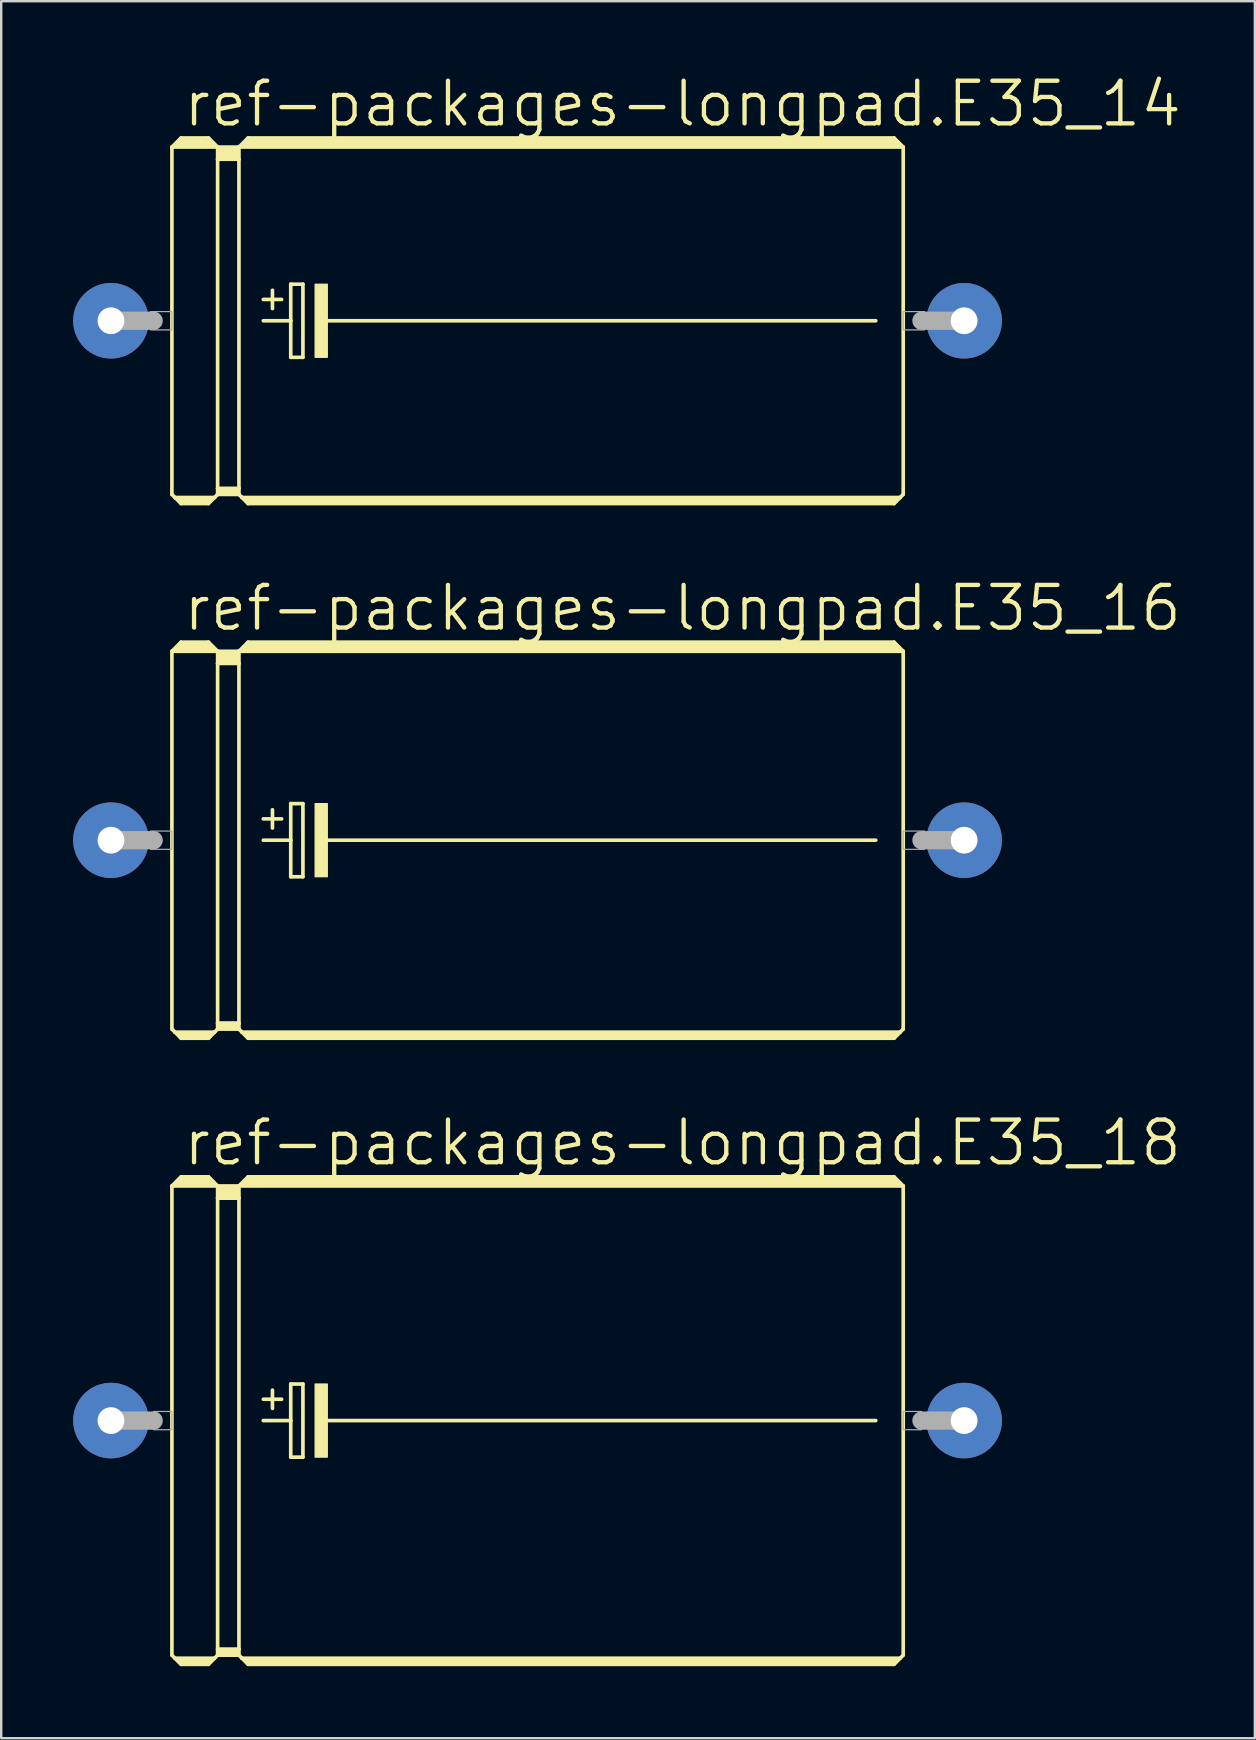
<source format=kicad_pcb>
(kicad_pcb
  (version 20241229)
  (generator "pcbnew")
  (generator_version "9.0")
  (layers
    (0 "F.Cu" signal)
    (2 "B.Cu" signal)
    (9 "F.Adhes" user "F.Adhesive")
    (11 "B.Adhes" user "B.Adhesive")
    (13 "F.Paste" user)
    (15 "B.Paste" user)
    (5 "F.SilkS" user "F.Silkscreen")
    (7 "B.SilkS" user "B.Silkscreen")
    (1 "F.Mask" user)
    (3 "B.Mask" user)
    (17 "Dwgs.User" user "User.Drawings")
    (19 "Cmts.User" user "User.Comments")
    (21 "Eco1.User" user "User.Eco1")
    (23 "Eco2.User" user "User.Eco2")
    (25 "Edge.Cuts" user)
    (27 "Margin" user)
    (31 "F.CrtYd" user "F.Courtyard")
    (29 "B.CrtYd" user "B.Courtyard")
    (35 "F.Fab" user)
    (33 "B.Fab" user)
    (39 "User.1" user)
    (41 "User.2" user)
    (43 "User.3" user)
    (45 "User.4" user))
  (footprint "ref-packages-longpad.E35_18"
    (layer "F.Cu")
    (at 19.355 56.159)
    (property "Reference" "ref-packages-longpad.E35_18" (at -14.859 -10.541 0) (layer "F.SilkS") (effects (font (size 1.778 1.778) (thickness 0.18)) (justify left bottom)))
    (attr through_hole)
    (fp_line (start -15.24 -9.779) (end -15.24 9.779) (stroke (width 0.152) (type default)) (layer "F.SilkS"))
    (fp_line (start -15.24 -9.779) (end -14.859 -10.16) (stroke (width 0.152) (type default)) (layer "F.SilkS"))
    (fp_line (start -15.24 -9.779) (end -13.335 -9.779) (stroke (width 0.152) (type default)) (layer "F.SilkS"))
    (fp_line (start -15.24 9.779) (end -15.113 9.906) (stroke (width 0.152) (type default)) (layer "F.SilkS"))
    (fp_line (start -15.113 9.906) (end -14.859 10.16) (stroke (width 0.152) (type default)) (layer "F.SilkS"))
    (fp_line (start -15.113 9.906) (end -13.462 9.906) (stroke (width 0.152) (type default)) (layer "F.SilkS"))
    (fp_line (start -14.986 -9.906) (end -13.589 -9.906) (stroke (width 0.305) (type default)) (layer "F.SilkS"))
    (fp_line (start -14.859 -10.16) (end -13.716 -10.16) (stroke (width 0.152) (type default)) (layer "F.SilkS"))
    (fp_line (start -14.859 -10.033) (end -13.716 -10.033) (stroke (width 0.305) (type default)) (layer "F.SilkS"))
    (fp_line (start -14.859 10.033) (end -13.716 10.033) (stroke (width 0.305) (type default)) (layer "F.SilkS"))
    (fp_line (start -14.859 10.16) (end -13.716 10.16) (stroke (width 0.152) (type default)) (layer "F.SilkS"))
    (fp_line (start -13.462 9.906) (end -13.716 10.16) (stroke (width 0.152) (type default)) (layer "F.SilkS"))
    (fp_line (start -13.335 -9.779) (end -13.716 -10.16) (stroke (width 0.152) (type default)) (layer "F.SilkS"))
    (fp_line (start -13.335 -9.779) (end -13.335 -9.271) (stroke (width 0.152) (type default)) (layer "F.SilkS"))
    (fp_line (start -13.335 -9.779) (end -12.446 -9.779) (stroke (width 0.152) (type default)) (layer "F.SilkS"))
    (fp_line (start -13.335 -9.271) (end -13.335 9.525) (stroke (width 0.152) (type default)) (layer "F.SilkS"))
    (fp_line (start -13.335 -9.271) (end -12.446 -9.271) (stroke (width 0.152) (type default)) (layer "F.SilkS"))
    (fp_line (start -13.335 9.525) (end -13.335 9.779) (stroke (width 0.152) (type default)) (layer "F.SilkS"))
    (fp_line (start -13.335 9.525) (end -12.446 9.525) (stroke (width 0.152) (type default)) (layer "F.SilkS"))
    (fp_line (start -13.335 9.779) (end -13.462 9.906) (stroke (width 0.152) (type default)) (layer "F.SilkS"))
    (fp_line (start -13.335 9.779) (end -12.446 9.779) (stroke (width 0.152) (type default)) (layer "F.SilkS"))
    (fp_line (start -13.208 -9.652) (end -12.573 -9.652) (stroke (width 0.305) (type default)) (layer "F.SilkS"))
    (fp_line (start -13.208 -9.398) (end -12.573 -9.398) (stroke (width 0.305) (type default)) (layer "F.SilkS"))
    (fp_line (start -13.208 9.652) (end -12.573 9.652) (stroke (width 0.305) (type default)) (layer "F.SilkS"))
    (fp_line (start -12.446 -9.779) (end -12.446 -9.271) (stroke (width 0.152) (type default)) (layer "F.SilkS"))
    (fp_line (start -12.446 -9.779) (end -12.065 -10.16) (stroke (width 0.152) (type default)) (layer "F.SilkS"))
    (fp_line (start -12.446 -9.779) (end 15.24 -9.779) (stroke (width 0.152) (type default)) (layer "F.SilkS"))
    (fp_line (start -12.446 -9.271) (end -12.446 9.525) (stroke (width 0.152) (type default)) (layer "F.SilkS"))
    (fp_line (start -12.446 9.525) (end -12.446 9.779) (stroke (width 0.152) (type default)) (layer "F.SilkS"))
    (fp_line (start -12.319 9.906) (end -12.446 9.779) (stroke (width 0.152) (type default)) (layer "F.SilkS"))
    (fp_line (start -12.319 9.906) (end 15.113 9.906) (stroke (width 0.152) (type default)) (layer "F.SilkS"))
    (fp_line (start -12.192 -9.906) (end 14.986 -9.906) (stroke (width 0.305) (type default)) (layer "F.SilkS"))
    (fp_line (start -12.065 -10.033) (end 14.859 -10.033) (stroke (width 0.305) (type default)) (layer "F.SilkS"))
    (fp_line (start -12.065 10.033) (end 14.859 10.033) (stroke (width 0.305) (type default)) (layer "F.SilkS"))
    (fp_line (start -12.065 10.16) (end -12.319 9.906) (stroke (width 0.152) (type default)) (layer "F.SilkS"))
    (fp_line (start -11.43 -0.889) (end -10.668 -0.889) (stroke (width 0.152) (type default)) (layer "F.SilkS"))
    (fp_line (start -11.43 0) (end -10.287 0) (stroke (width 0.152) (type default)) (layer "F.SilkS"))
    (fp_line (start -11.049 -1.27) (end -11.049 -0.508) (stroke (width 0.152) (type default)) (layer "F.SilkS"))
    (fp_line (start -10.287 -1.524) (end -10.287 0) (stroke (width 0.152) (type default)) (layer "F.SilkS"))
    (fp_line (start -10.287 0) (end -10.287 1.524) (stroke (width 0.152) (type default)) (layer "F.SilkS"))
    (fp_line (start -10.287 1.524) (end -9.779 1.524) (stroke (width 0.152) (type default)) (layer "F.SilkS"))
    (fp_line (start -9.779 -1.524) (end -10.287 -1.524) (stroke (width 0.152) (type default)) (layer "F.SilkS"))
    (fp_line (start -9.779 1.524) (end -9.779 -1.524) (stroke (width 0.152) (type default)) (layer "F.SilkS"))
    (fp_line (start -8.89 0) (end 14.097 0) (stroke (width 0.152) (type default)) (layer "F.SilkS"))
    (fp_line (start 14.859 -10.16) (end -12.065 -10.16) (stroke (width 0.152) (type default)) (layer "F.SilkS"))
    (fp_line (start 14.859 10.16) (end -12.065 10.16) (stroke (width 0.152) (type default)) (layer "F.SilkS"))
    (fp_line (start 15.113 9.906) (end 14.859 10.16) (stroke (width 0.152) (type default)) (layer "F.SilkS"))
    (fp_line (start 15.24 -9.779) (end 14.859 -10.16) (stroke (width 0.152) (type default)) (layer "F.SilkS"))
    (fp_line (start 15.24 -9.779) (end 15.24 9.779) (stroke (width 0.152) (type default)) (layer "F.SilkS"))
    (fp_line (start 15.24 9.779) (end 15.113 9.906) (stroke (width 0.152) (type default)) (layer "F.SilkS"))
    (fp_rect (start -9.271 1.524) (end -8.763 -1.524) (stroke (width 0.05) (type default)) (fill yes) (layer "F.SilkS"))
    (fp_line (start -17.78 0) (end -16.002 0) (stroke (width 0.762) (type default)) (layer "F.Fab"))
    (fp_line (start 17.78 0) (end 16.002 0) (stroke (width 0.762) (type default)) (layer "F.Fab"))
    (fp_rect (start -16.002 0.381) (end -15.24 -0.381) (stroke (width 0.05) (type default)) (fill no) (layer "F.Fab"))
    (fp_rect (start 15.24 0.381) (end 16.002 -0.381) (stroke (width 0.05) (type default)) (fill no) (layer "F.Fab"))
    (pad "+" thru_hole circle (at -17.78 0) (size 3.15 3.15) (drill 1.118) (layers "*.Cu" "*.Mask"))
    (pad "-" thru_hole circle (at 17.78 0) (size 3.15 3.15) (drill 1.118) (layers "*.Cu" "*.Mask")))
  (footprint "ref-packages-longpad.E35_16"
    (layer "F.Cu")
    (at 19.355 31.969)
    (property "Reference" "ref-packages-longpad.E35_16" (at -14.859 -8.636 0) (layer "F.SilkS") (effects (font (size 1.778 1.778) (thickness 0.18)) (justify left bottom)))
    (attr through_hole)
    (fp_line (start -15.24 -7.874) (end -15.24 7.874) (stroke (width 0.152) (type default)) (layer "F.SilkS"))
    (fp_line (start -15.24 -7.874) (end -14.859 -8.255) (stroke (width 0.152) (type default)) (layer "F.SilkS"))
    (fp_line (start -15.24 -7.874) (end -13.335 -7.874) (stroke (width 0.152) (type default)) (layer "F.SilkS"))
    (fp_line (start -15.24 7.874) (end -15.113 8.001) (stroke (width 0.152) (type default)) (layer "F.SilkS"))
    (fp_line (start -15.113 8.001) (end -14.859 8.255) (stroke (width 0.152) (type default)) (layer "F.SilkS"))
    (fp_line (start -15.113 8.001) (end -13.462 8.001) (stroke (width 0.152) (type default)) (layer "F.SilkS"))
    (fp_line (start -14.986 -8.001) (end -13.589 -8.001) (stroke (width 0.305) (type default)) (layer "F.SilkS"))
    (fp_line (start -14.859 -8.255) (end -13.716 -8.255) (stroke (width 0.152) (type default)) (layer "F.SilkS"))
    (fp_line (start -14.859 -8.128) (end -13.716 -8.128) (stroke (width 0.305) (type default)) (layer "F.SilkS"))
    (fp_line (start -14.859 8.128) (end -13.716 8.128) (stroke (width 0.305) (type default)) (layer "F.SilkS"))
    (fp_line (start -14.859 8.255) (end -13.716 8.255) (stroke (width 0.152) (type default)) (layer "F.SilkS"))
    (fp_line (start -13.462 8.001) (end -13.716 8.255) (stroke (width 0.152) (type default)) (layer "F.SilkS"))
    (fp_line (start -13.335 -7.874) (end -13.716 -8.255) (stroke (width 0.152) (type default)) (layer "F.SilkS"))
    (fp_line (start -13.335 -7.874) (end -13.335 -7.366) (stroke (width 0.152) (type default)) (layer "F.SilkS"))
    (fp_line (start -13.335 -7.874) (end -12.446 -7.874) (stroke (width 0.152) (type default)) (layer "F.SilkS"))
    (fp_line (start -13.335 -7.366) (end -13.335 7.62) (stroke (width 0.152) (type default)) (layer "F.SilkS"))
    (fp_line (start -13.335 -7.366) (end -12.446 -7.366) (stroke (width 0.152) (type default)) (layer "F.SilkS"))
    (fp_line (start -13.335 7.62) (end -13.335 7.874) (stroke (width 0.152) (type default)) (layer "F.SilkS"))
    (fp_line (start -13.335 7.62) (end -12.446 7.62) (stroke (width 0.152) (type default)) (layer "F.SilkS"))
    (fp_line (start -13.335 7.874) (end -13.462 8.001) (stroke (width 0.152) (type default)) (layer "F.SilkS"))
    (fp_line (start -13.335 7.874) (end -12.446 7.874) (stroke (width 0.152) (type default)) (layer "F.SilkS"))
    (fp_line (start -13.208 -7.747) (end -12.573 -7.747) (stroke (width 0.305) (type default)) (layer "F.SilkS"))
    (fp_line (start -13.208 -7.493) (end -12.573 -7.493) (stroke (width 0.305) (type default)) (layer "F.SilkS"))
    (fp_line (start -13.208 7.747) (end -12.573 7.747) (stroke (width 0.305) (type default)) (layer "F.SilkS"))
    (fp_line (start -12.446 -7.874) (end -12.446 -7.366) (stroke (width 0.152) (type default)) (layer "F.SilkS"))
    (fp_line (start -12.446 -7.874) (end -12.065 -8.255) (stroke (width 0.152) (type default)) (layer "F.SilkS"))
    (fp_line (start -12.446 -7.874) (end 15.24 -7.874) (stroke (width 0.152) (type default)) (layer "F.SilkS"))
    (fp_line (start -12.446 -7.366) (end -12.446 7.62) (stroke (width 0.152) (type default)) (layer "F.SilkS"))
    (fp_line (start -12.446 7.62) (end -12.446 7.874) (stroke (width 0.152) (type default)) (layer "F.SilkS"))
    (fp_line (start -12.319 8.001) (end -12.446 7.874) (stroke (width 0.152) (type default)) (layer "F.SilkS"))
    (fp_line (start -12.319 8.001) (end 15.113 8.001) (stroke (width 0.152) (type default)) (layer "F.SilkS"))
    (fp_line (start -12.192 -8.001) (end 14.986 -8.001) (stroke (width 0.305) (type default)) (layer "F.SilkS"))
    (fp_line (start -12.065 -8.128) (end 14.859 -8.128) (stroke (width 0.305) (type default)) (layer "F.SilkS"))
    (fp_line (start -12.065 8.128) (end 14.859 8.128) (stroke (width 0.305) (type default)) (layer "F.SilkS"))
    (fp_line (start -12.065 8.255) (end -12.319 8.001) (stroke (width 0.152) (type default)) (layer "F.SilkS"))
    (fp_line (start -11.43 -0.889) (end -10.668 -0.889) (stroke (width 0.152) (type default)) (layer "F.SilkS"))
    (fp_line (start -11.43 0) (end -10.287 0) (stroke (width 0.152) (type default)) (layer "F.SilkS"))
    (fp_line (start -11.049 -1.27) (end -11.049 -0.508) (stroke (width 0.152) (type default)) (layer "F.SilkS"))
    (fp_line (start -10.287 -1.524) (end -10.287 0) (stroke (width 0.152) (type default)) (layer "F.SilkS"))
    (fp_line (start -10.287 0) (end -10.287 1.524) (stroke (width 0.152) (type default)) (layer "F.SilkS"))
    (fp_line (start -10.287 1.524) (end -9.779 1.524) (stroke (width 0.152) (type default)) (layer "F.SilkS"))
    (fp_line (start -9.779 -1.524) (end -10.287 -1.524) (stroke (width 0.152) (type default)) (layer "F.SilkS"))
    (fp_line (start -9.779 1.524) (end -9.779 -1.524) (stroke (width 0.152) (type default)) (layer "F.SilkS"))
    (fp_line (start -8.89 0) (end 14.097 0) (stroke (width 0.152) (type default)) (layer "F.SilkS"))
    (fp_line (start 14.859 -8.255) (end -12.065 -8.255) (stroke (width 0.152) (type default)) (layer "F.SilkS"))
    (fp_line (start 14.859 8.255) (end -12.065 8.255) (stroke (width 0.152) (type default)) (layer "F.SilkS"))
    (fp_line (start 15.113 8.001) (end 14.859 8.255) (stroke (width 0.152) (type default)) (layer "F.SilkS"))
    (fp_line (start 15.24 -7.874) (end 14.859 -8.255) (stroke (width 0.152) (type default)) (layer "F.SilkS"))
    (fp_line (start 15.24 -7.874) (end 15.24 7.874) (stroke (width 0.152) (type default)) (layer "F.SilkS"))
    (fp_line (start 15.24 7.874) (end 15.113 8.001) (stroke (width 0.152) (type default)) (layer "F.SilkS"))
    (fp_rect (start -9.271 1.524) (end -8.763 -1.524) (stroke (width 0.05) (type default)) (fill yes) (layer "F.SilkS"))
    (fp_line (start -17.78 0) (end -16.002 0) (stroke (width 0.762) (type default)) (layer "F.Fab"))
    (fp_line (start 17.78 0) (end 16.002 0) (stroke (width 0.762) (type default)) (layer "F.Fab"))
    (fp_rect (start -16.129 0.381) (end -15.24 -0.381) (stroke (width 0.05) (type default)) (fill no) (layer "F.Fab"))
    (fp_rect (start 15.24 0.381) (end 16.129 -0.381) (stroke (width 0.05) (type default)) (fill no) (layer "F.Fab"))
    (pad "+" thru_hole circle (at -17.78 0) (size 3.15 3.15) (drill 1.118) (layers "*.Cu" "*.Mask"))
    (pad "-" thru_hole circle (at 17.78 0) (size 3.15 3.15) (drill 1.118) (layers "*.Cu" "*.Mask")))
  (footprint "ref-packages-longpad.E35_14"
    (layer "F.Cu")
    (at 19.355 10.319)
    (property "Reference" "ref-packages-longpad.E35_14" (at -14.859 -8.001 0) (layer "F.SilkS") (effects (font (size 1.778 1.778) (thickness 0.18)) (justify left bottom)))
    (attr through_hole)
    (fp_line (start -15.24 -7.239) (end -15.24 7.239) (stroke (width 0.152) (type default)) (layer "F.SilkS"))
    (fp_line (start -15.24 -7.239) (end -14.859 -7.62) (stroke (width 0.152) (type default)) (layer "F.SilkS"))
    (fp_line (start -15.24 -7.239) (end -13.335 -7.239) (stroke (width 0.152) (type default)) (layer "F.SilkS"))
    (fp_line (start -15.24 7.239) (end -15.113 7.366) (stroke (width 0.152) (type default)) (layer "F.SilkS"))
    (fp_line (start -15.113 7.366) (end -14.859 7.62) (stroke (width 0.152) (type default)) (layer "F.SilkS"))
    (fp_line (start -15.113 7.366) (end -13.462 7.366) (stroke (width 0.152) (type default)) (layer "F.SilkS"))
    (fp_line (start -14.986 -7.366) (end -13.589 -7.366) (stroke (width 0.305) (type default)) (layer "F.SilkS"))
    (fp_line (start -14.859 -7.62) (end -13.716 -7.62) (stroke (width 0.152) (type default)) (layer "F.SilkS"))
    (fp_line (start -14.859 -7.493) (end -13.716 -7.493) (stroke (width 0.305) (type default)) (layer "F.SilkS"))
    (fp_line (start -14.859 7.493) (end -13.716 7.493) (stroke (width 0.305) (type default)) (layer "F.SilkS"))
    (fp_line (start -14.859 7.62) (end -13.716 7.62) (stroke (width 0.152) (type default)) (layer "F.SilkS"))
    (fp_line (start -13.462 7.366) (end -13.716 7.62) (stroke (width 0.152) (type default)) (layer "F.SilkS"))
    (fp_line (start -13.335 -7.239) (end -13.716 -7.62) (stroke (width 0.152) (type default)) (layer "F.SilkS"))
    (fp_line (start -13.335 -7.239) (end -13.335 -6.731) (stroke (width 0.152) (type default)) (layer "F.SilkS"))
    (fp_line (start -13.335 -7.239) (end -12.446 -7.239) (stroke (width 0.152) (type default)) (layer "F.SilkS"))
    (fp_line (start -13.335 -6.731) (end -13.335 6.985) (stroke (width 0.152) (type default)) (layer "F.SilkS"))
    (fp_line (start -13.335 -6.731) (end -12.446 -6.731) (stroke (width 0.152) (type default)) (layer "F.SilkS"))
    (fp_line (start -13.335 6.985) (end -13.335 7.239) (stroke (width 0.152) (type default)) (layer "F.SilkS"))
    (fp_line (start -13.335 6.985) (end -12.446 6.985) (stroke (width 0.152) (type default)) (layer "F.SilkS"))
    (fp_line (start -13.335 7.239) (end -13.462 7.366) (stroke (width 0.152) (type default)) (layer "F.SilkS"))
    (fp_line (start -13.335 7.239) (end -12.446 7.239) (stroke (width 0.152) (type default)) (layer "F.SilkS"))
    (fp_line (start -13.208 -7.112) (end -12.573 -7.112) (stroke (width 0.305) (type default)) (layer "F.SilkS"))
    (fp_line (start -13.208 -6.858) (end -12.573 -6.858) (stroke (width 0.305) (type default)) (layer "F.SilkS"))
    (fp_line (start -13.208 7.112) (end -12.573 7.112) (stroke (width 0.305) (type default)) (layer "F.SilkS"))
    (fp_line (start -12.446 -7.239) (end -12.446 -6.731) (stroke (width 0.152) (type default)) (layer "F.SilkS"))
    (fp_line (start -12.446 -7.239) (end -12.065 -7.62) (stroke (width 0.152) (type default)) (layer "F.SilkS"))
    (fp_line (start -12.446 -7.239) (end 15.24 -7.239) (stroke (width 0.152) (type default)) (layer "F.SilkS"))
    (fp_line (start -12.446 -6.731) (end -12.446 6.985) (stroke (width 0.152) (type default)) (layer "F.SilkS"))
    (fp_line (start -12.446 6.985) (end -12.446 7.239) (stroke (width 0.152) (type default)) (layer "F.SilkS"))
    (fp_line (start -12.319 7.366) (end -12.446 7.239) (stroke (width 0.152) (type default)) (layer "F.SilkS"))
    (fp_line (start -12.319 7.366) (end 15.113 7.366) (stroke (width 0.152) (type default)) (layer "F.SilkS"))
    (fp_line (start -12.192 -7.366) (end 14.986 -7.366) (stroke (width 0.305) (type default)) (layer "F.SilkS"))
    (fp_line (start -12.065 -7.493) (end 14.859 -7.493) (stroke (width 0.305) (type default)) (layer "F.SilkS"))
    (fp_line (start -12.065 7.493) (end 14.859 7.493) (stroke (width 0.305) (type default)) (layer "F.SilkS"))
    (fp_line (start -12.065 7.62) (end -12.319 7.366) (stroke (width 0.152) (type default)) (layer "F.SilkS"))
    (fp_line (start -11.43 -0.889) (end -10.668 -0.889) (stroke (width 0.152) (type default)) (layer "F.SilkS"))
    (fp_line (start -11.43 0) (end -10.287 0) (stroke (width 0.152) (type default)) (layer "F.SilkS"))
    (fp_line (start -11.049 -1.27) (end -11.049 -0.508) (stroke (width 0.152) (type default)) (layer "F.SilkS"))
    (fp_line (start -10.287 -1.524) (end -10.287 0) (stroke (width 0.152) (type default)) (layer "F.SilkS"))
    (fp_line (start -10.287 0) (end -10.287 1.524) (stroke (width 0.152) (type default)) (layer "F.SilkS"))
    (fp_line (start -10.287 1.524) (end -9.779 1.524) (stroke (width 0.152) (type default)) (layer "F.SilkS"))
    (fp_line (start -9.779 -1.524) (end -10.287 -1.524) (stroke (width 0.152) (type default)) (layer "F.SilkS"))
    (fp_line (start -9.779 1.524) (end -9.779 -1.524) (stroke (width 0.152) (type default)) (layer "F.SilkS"))
    (fp_line (start -8.89 0) (end 14.097 0) (stroke (width 0.152) (type default)) (layer "F.SilkS"))
    (fp_line (start 14.859 -7.62) (end -12.065 -7.62) (stroke (width 0.152) (type default)) (layer "F.SilkS"))
    (fp_line (start 14.859 7.62) (end -12.065 7.62) (stroke (width 0.152) (type default)) (layer "F.SilkS"))
    (fp_line (start 15.113 7.366) (end 14.859 7.62) (stroke (width 0.152) (type default)) (layer "F.SilkS"))
    (fp_line (start 15.24 -7.239) (end 14.859 -7.62) (stroke (width 0.152) (type default)) (layer "F.SilkS"))
    (fp_line (start 15.24 -7.239) (end 15.24 7.239) (stroke (width 0.152) (type default)) (layer "F.SilkS"))
    (fp_line (start 15.24 7.239) (end 15.113 7.366) (stroke (width 0.152) (type default)) (layer "F.SilkS"))
    (fp_rect (start -9.271 1.524) (end -8.763 -1.524) (stroke (width 0.05) (type default)) (fill yes) (layer "F.SilkS"))
    (fp_line (start -17.78 0) (end -16.002 0) (stroke (width 0.762) (type default)) (layer "F.Fab"))
    (fp_line (start 17.78 0) (end 16.002 0) (stroke (width 0.762) (type default)) (layer "F.Fab"))
    (fp_rect (start -16.129 0.381) (end -15.24 -0.381) (stroke (width 0.05) (type default)) (fill no) (layer "F.Fab"))
    (fp_rect (start 15.24 0.381) (end 16.129 -0.381) (stroke (width 0.05) (type default)) (fill no) (layer "F.Fab"))
    (pad "+" thru_hole circle (at -17.78 0) (size 3.15 3.15) (drill 1.118) (layers "*.Cu" "*.Mask"))
    (pad "-" thru_hole circle (at 17.78 0) (size 3.15 3.15) (drill 1.118) (layers "*.Cu" "*.Mask")))
  (gr_rect
    (start -3 -3)
    (end 49.252 69.396)
    (stroke (width 0.1) (type default))
    (fill no)
    (layer "Edge.Cuts")))
</source>
